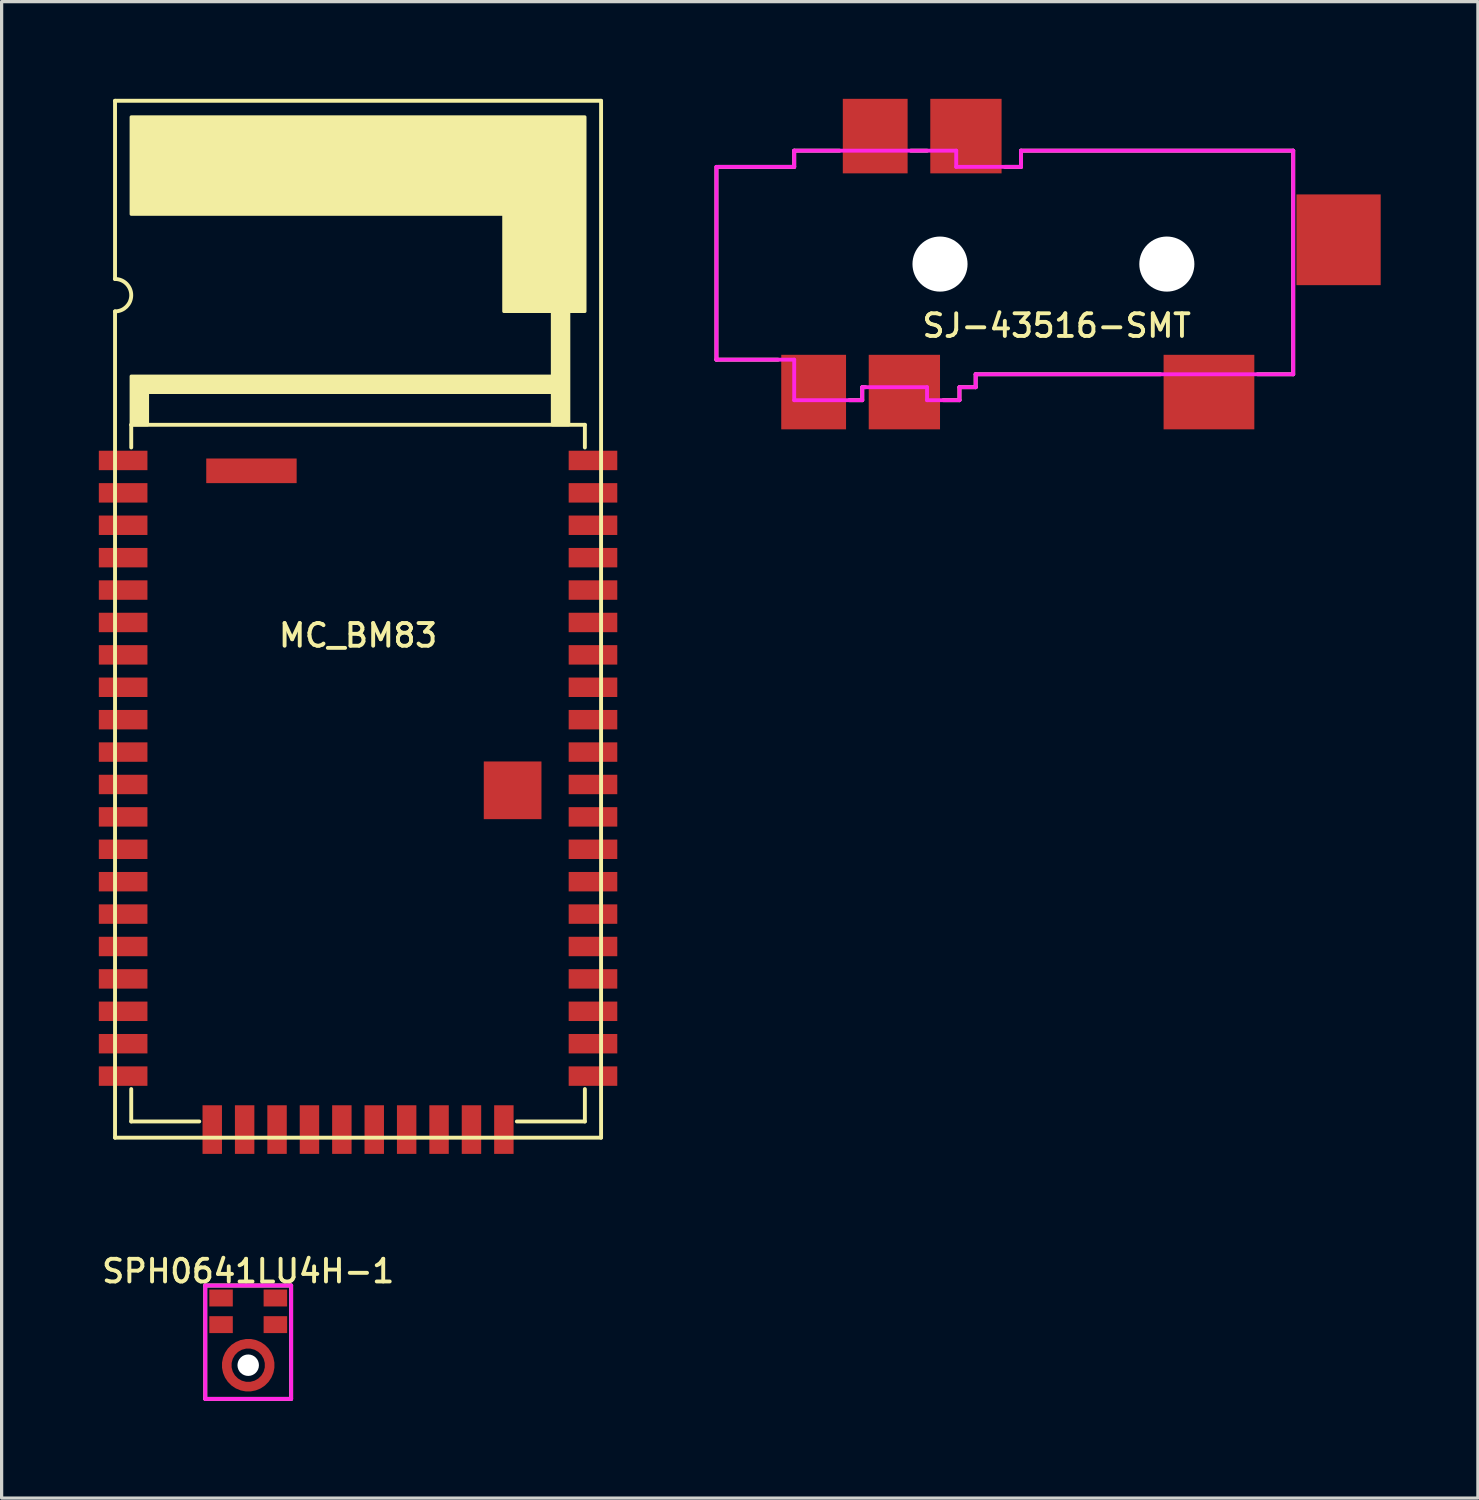
<source format=kicad_pcb>
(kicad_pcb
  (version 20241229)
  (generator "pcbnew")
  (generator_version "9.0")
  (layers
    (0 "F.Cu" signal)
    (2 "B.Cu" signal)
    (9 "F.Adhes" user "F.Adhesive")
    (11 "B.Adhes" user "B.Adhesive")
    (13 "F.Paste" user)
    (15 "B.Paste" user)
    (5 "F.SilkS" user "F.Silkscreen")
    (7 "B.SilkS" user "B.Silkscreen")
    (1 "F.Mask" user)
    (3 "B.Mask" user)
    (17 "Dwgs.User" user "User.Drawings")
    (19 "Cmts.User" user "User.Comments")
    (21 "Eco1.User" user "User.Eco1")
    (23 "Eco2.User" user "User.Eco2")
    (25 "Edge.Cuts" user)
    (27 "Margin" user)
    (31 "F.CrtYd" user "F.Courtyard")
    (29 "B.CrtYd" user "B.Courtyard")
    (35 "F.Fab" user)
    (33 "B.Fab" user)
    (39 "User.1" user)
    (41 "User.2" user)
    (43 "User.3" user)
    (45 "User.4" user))
  (footprint "MC_BM83"
    (layer "F.Cu")
    (at 8 16.06)
    (property "Reference" "MC_BM83" (at 0 0.5 0) (layer "F.SilkS") (effects (font (size 0.7 0.7) (thickness 0.12))))
    (attr through_hole)
    (fp_line (start -7.5 -16) (end -7.5 -10.5) (stroke (width 0.12) (type solid)) (layer "F.SilkS"))
    (fp_line (start -7.5 -16) (end 7.5 -16) (stroke (width 0.12) (type solid)) (layer "F.SilkS"))
    (fp_line (start -7.5 -9.5) (end -7.5 16) (stroke (width 0.12) (type solid)) (layer "F.SilkS"))
    (fp_line (start -7 -6) (end 7 -6) (stroke (width 0.12) (type solid)) (layer "F.SilkS"))
    (fp_line (start -7 -5.3) (end -7 -6) (stroke (width 0.12) (type solid)) (layer "F.SilkS"))
    (fp_line (start -7 14.5) (end -7 15.5) (stroke (width 0.12) (type solid)) (layer "F.SilkS"))
    (fp_line (start -7 15.5) (end -4.9 15.5) (stroke (width 0.12) (type solid)) (layer "F.SilkS"))
    (fp_line (start 4.9 15.5) (end 7 15.5) (stroke (width 0.12) (type solid)) (layer "F.SilkS"))
    (fp_line (start 7 -6) (end 7 -5.3) (stroke (width 0.12) (type solid)) (layer "F.SilkS"))
    (fp_line (start 7 15.5) (end 7 14.5) (stroke (width 0.12) (type solid)) (layer "F.SilkS"))
    (fp_line (start 7.5 -16) (end 7.5 16) (stroke (width 0.12) (type solid)) (layer "F.SilkS"))
    (fp_line (start 7.5 16) (end -7.5 16) (stroke (width 0.12) (type solid)) (layer "F.SilkS"))
    (fp_arc (start -7.5 -10.5) (mid -7 -10) (end -7.5 -9.5) (stroke (width 0.12) (type solid)) (layer "F.SilkS"))
    (fp_poly (pts (xy -7 -6) (xy -7 -7.5) (xy 6 -7.5) (xy 6 -9.5) (xy 4.5 -9.5) (xy 4.5 -12.5) (xy -7 -12.5) (xy -7 -15.5) (xy 7 -15.5) (xy 7 -9.5) (xy 6.5 -9.5) (xy 6.5 -6) (xy 6 -6) (xy 6 -7) (xy -6.5 -7) (xy -6.5 -6)) (stroke (width 0.1) (type solid)) (fill yes) (layer "F.SilkS"))
    (pad "1" smd rect (at -7.5 -4.9) (size 1.5 0.6) (drill (offset 0.25 0)) (layers "F.Cu" "F.Mask" "F.Paste"))
    (pad "2" smd rect (at -7.5 -3.9) (size 1.5 0.6) (drill (offset 0.25 0)) (layers "F.Cu" "F.Mask" "F.Paste"))
    (pad "3" smd rect (at -7.5 -2.9) (size 1.5 0.6) (drill (offset 0.25 0)) (layers "F.Cu" "F.Mask" "F.Paste"))
    (pad "4" smd rect (at -7.5 -1.9) (size 1.5 0.6) (drill (offset 0.25 0)) (layers "F.Cu" "F.Mask" "F.Paste"))
    (pad "5" smd rect (at -7.5 -0.9) (size 1.5 0.6) (drill (offset 0.25 0)) (layers "F.Cu" "F.Mask" "F.Paste"))
    (pad "6" smd rect (at -7.5 0.1) (size 1.5 0.6) (drill (offset 0.25 0)) (layers "F.Cu" "F.Mask" "F.Paste"))
    (pad "7" smd rect (at -7.5 1.1) (size 1.5 0.6) (drill (offset 0.25 0)) (layers "F.Cu" "F.Mask" "F.Paste"))
    (pad "8" smd rect (at -7.5 2.1) (size 1.5 0.6) (drill (offset 0.25 0)) (layers "F.Cu" "F.Mask" "F.Paste"))
    (pad "9" smd rect (at -7.5 3.1) (size 1.5 0.6) (drill (offset 0.25 0)) (layers "F.Cu" "F.Mask" "F.Paste"))
    (pad "10" smd rect (at -7.5 4.1) (size 1.5 0.6) (drill (offset 0.25 0)) (layers "F.Cu" "F.Mask" "F.Paste"))
    (pad "11" smd rect (at -7.5 5.1) (size 1.5 0.6) (drill (offset 0.25 0)) (layers "F.Cu" "F.Mask" "F.Paste"))
    (pad "12" smd rect (at -7.5 6.1) (size 1.5 0.6) (drill (offset 0.25 0)) (layers "F.Cu" "F.Mask" "F.Paste"))
    (pad "13" smd rect (at -7.5 7.1) (size 1.5 0.6) (drill (offset 0.25 0)) (layers "F.Cu" "F.Mask" "F.Paste"))
    (pad "14" smd rect (at -7.5 8.1) (size 1.5 0.6) (drill (offset 0.25 0)) (layers "F.Cu" "F.Mask" "F.Paste"))
    (pad "15" smd rect (at -7.5 9.1) (size 1.5 0.6) (drill (offset 0.25 0)) (layers "F.Cu" "F.Mask" "F.Paste"))
    (pad "16" smd rect (at -7.5 10.1) (size 1.5 0.6) (drill (offset 0.25 0)) (layers "F.Cu" "F.Mask" "F.Paste"))
    (pad "17" smd rect (at -7.5 11.1) (size 1.5 0.6) (drill (offset 0.25 0)) (layers "F.Cu" "F.Mask" "F.Paste"))
    (pad "18" smd rect (at -7.5 12.1) (size 1.5 0.6) (drill (offset 0.25 0)) (layers "F.Cu" "F.Mask" "F.Paste"))
    (pad "19" smd rect (at -7.5 13.1) (size 1.5 0.6) (drill (offset 0.25 0)) (layers "F.Cu" "F.Mask" "F.Paste"))
    (pad "20" smd rect (at -7.5 14.1) (size 1.5 0.6) (drill (offset 0.25 0)) (layers "F.Cu" "F.Mask" "F.Paste"))
    (pad "21" smd rect (at -4.5 16 90) (size 1.5 0.6) (drill (offset 0.25 0)) (layers "F.Cu" "F.Mask" "F.Paste"))
    (pad "22" smd rect (at -3.5 16 90) (size 1.5 0.6) (drill (offset 0.25 0)) (layers "F.Cu" "F.Mask" "F.Paste"))
    (pad "23" smd rect (at -2.5 16 90) (size 1.5 0.6) (drill (offset 0.25 0)) (layers "F.Cu" "F.Mask" "F.Paste"))
    (pad "24" smd rect (at -1.5 16 90) (size 1.5 0.6) (drill (offset 0.25 0)) (layers "F.Cu" "F.Mask" "F.Paste"))
    (pad "25" smd rect (at -0.5 16 90) (size 1.5 0.6) (drill (offset 0.25 0)) (layers "F.Cu" "F.Mask" "F.Paste"))
    (pad "26" smd rect (at 0.5 16 90) (size 1.5 0.6) (drill (offset 0.25 0)) (layers "F.Cu" "F.Mask" "F.Paste"))
    (pad "27" smd rect (at 1.5 16 90) (size 1.5 0.6) (drill (offset 0.25 0)) (layers "F.Cu" "F.Mask" "F.Paste"))
    (pad "28" smd rect (at 2.5 16 90) (size 1.5 0.6) (drill (offset 0.25 0)) (layers "F.Cu" "F.Mask" "F.Paste"))
    (pad "29" smd rect (at 3.5 16 90) (size 1.5 0.6) (drill (offset 0.25 0)) (layers "F.Cu" "F.Mask" "F.Paste"))
    (pad "30" smd rect (at 4.5 16 90) (size 1.5 0.6) (drill (offset 0.25 0)) (layers "F.Cu" "F.Mask" "F.Paste"))
    (pad "31" smd rect (at 7.5 14.1 180) (size 1.5 0.6) (drill (offset 0.25 0)) (layers "F.Cu" "F.Mask" "F.Paste"))
    (pad "32" smd rect (at 7.5 13.1 180) (size 1.5 0.6) (drill (offset 0.25 0)) (layers "F.Cu" "F.Mask" "F.Paste"))
    (pad "33" smd rect (at 7.5 12.1 180) (size 1.5 0.6) (drill (offset 0.25 0)) (layers "F.Cu" "F.Mask" "F.Paste"))
    (pad "34" smd rect (at 7.5 11.1 180) (size 1.5 0.6) (drill (offset 0.25 0)) (layers "F.Cu" "F.Mask" "F.Paste"))
    (pad "35" smd rect (at 7.5 10.1 180) (size 1.5 0.6) (drill (offset 0.25 0)) (layers "F.Cu" "F.Mask" "F.Paste"))
    (pad "36" smd rect (at 7.5 9.1 180) (size 1.5 0.6) (drill (offset 0.25 0)) (layers "F.Cu" "F.Mask" "F.Paste"))
    (pad "37" smd rect (at 7.5 8.1 180) (size 1.5 0.6) (drill (offset 0.25 0)) (layers "F.Cu" "F.Mask" "F.Paste"))
    (pad "38" smd rect (at 7.5 7.1 180) (size 1.5 0.6) (drill (offset 0.25 0)) (layers "F.Cu" "F.Mask" "F.Paste"))
    (pad "39" smd rect (at 7.5 6.1 180) (size 1.5 0.6) (drill (offset 0.25 0)) (layers "F.Cu" "F.Mask" "F.Paste"))
    (pad "40" smd rect (at 7.5 5.1 180) (size 1.5 0.6) (drill (offset 0.25 0)) (layers "F.Cu" "F.Mask" "F.Paste"))
    (pad "41" smd rect (at 7.5 4.1 180) (size 1.5 0.6) (drill (offset 0.25 0)) (layers "F.Cu" "F.Mask" "F.Paste"))
    (pad "42" smd rect (at 7.5 3.1 180) (size 1.5 0.6) (drill (offset 0.25 0)) (layers "F.Cu" "F.Mask" "F.Paste"))
    (pad "43" smd rect (at 7.5 2.1 180) (size 1.5 0.6) (drill (offset 0.25 0)) (layers "F.Cu" "F.Mask" "F.Paste"))
    (pad "44" smd rect (at 7.5 1.1 180) (size 1.5 0.6) (drill (offset 0.25 0)) (layers "F.Cu" "F.Mask" "F.Paste"))
    (pad "45" smd rect (at 7.5 0.1 180) (size 1.5 0.6) (drill (offset 0.25 0)) (layers "F.Cu" "F.Mask" "F.Paste"))
    (pad "46" smd rect (at 7.5 -0.9 180) (size 1.5 0.6) (drill (offset 0.25 0)) (layers "F.Cu" "F.Mask" "F.Paste"))
    (pad "47" smd rect (at 7.5 -1.9 180) (size 1.5 0.6) (drill (offset 0.25 0)) (layers "F.Cu" "F.Mask" "F.Paste"))
    (pad "48" smd rect (at 7.5 -2.9 180) (size 1.5 0.6) (drill (offset 0.25 0)) (layers "F.Cu" "F.Mask" "F.Paste"))
    (pad "49" smd rect (at 7.5 -3.9 180) (size 1.5 0.6) (drill (offset 0.25 0)) (layers "F.Cu" "F.Mask" "F.Paste"))
    (pad "50" smd rect (at 7.5 -4.9 180) (size 1.5 0.6) (drill (offset 0.25 0)) (layers "F.Cu" "F.Mask" "F.Paste"))
    (pad "56" smd rect (at 4.77 5.53 90) (size 1.78 1.78) (drill (offset 0.25 0)) (layers "F.Cu" "F.Mask" "F.Paste"))
    (pad "57" smd rect (at -3.29 -4.58) (size 2.79 0.76) (layers "F.Cu" "F.Mask" "F.Paste")))
  (footprint "SJ-43516-SMT"
    (layer "F.Cu")
    (at 21.46 5.1)
    (property "Reference" "SJ-43516-SMT" (at 8.1 1.9 0) (layer "F.SilkS") (effects (font (size 0.7 0.7) (thickness 0.12))))
    (attr through_hole)
    (fp_line (start -2.4 2.95) (end -2.4 -3) (stroke (width 0.12) (type solid)) (layer "F.SilkS"))
    (fp_line (start -2.35 -3) (end 0 -3) (stroke (width 0.12) (type solid)) (layer "F.SilkS"))
    (fp_line (start -0.5 2.95) (end -2.4 2.95) (stroke (width 0.12) (type solid)) (layer "F.SilkS"))
    (fp_line (start 0 -3.5) (end 1.4 -3.5) (stroke (width 0.12) (type solid)) (layer "F.SilkS"))
    (fp_line (start 0 -3) (end 0 -3.5) (stroke (width 0.12) (type solid)) (layer "F.SilkS"))
    (fp_line (start 2.1 3.8) (end 2.1 4.2) (stroke (width 0.12) (type solid)) (layer "F.SilkS"))
    (fp_line (start 2.1 4.2) (end 1.7 4.2) (stroke (width 0.12) (type solid)) (layer "F.SilkS"))
    (fp_line (start 2.2 3.8) (end 2.1 3.8) (stroke (width 0.12) (type solid)) (layer "F.SilkS"))
    (fp_line (start 3.6 -3.5) (end 4.1 -3.5) (stroke (width 0.12) (type solid)) (layer "F.SilkS"))
    (fp_line (start 5.1 3.8) (end 5.1 4.2) (stroke (width 0.12) (type solid)) (layer "F.SilkS"))
    (fp_line (start 5.1 4.2) (end 4.6 4.2) (stroke (width 0.12) (type solid)) (layer "F.SilkS"))
    (fp_line (start 5.6 3.4) (end 5.6 3.8) (stroke (width 0.12) (type solid)) (layer "F.SilkS"))
    (fp_line (start 5.6 3.8) (end 5.1 3.8) (stroke (width 0.12) (type solid)) (layer "F.SilkS"))
    (fp_line (start 6.5 -3) (end 7 -3) (stroke (width 0.12) (type solid)) (layer "F.SilkS"))
    (fp_line (start 7 -3.5) (end 15.4 -3.5) (stroke (width 0.12) (type solid)) (layer "F.SilkS"))
    (fp_line (start 7 -3) (end 7 -3.5) (stroke (width 0.12) (type solid)) (layer "F.SilkS"))
    (fp_line (start 11.3 3.4) (end 5.6 3.4) (stroke (width 0.12) (type solid)) (layer "F.SilkS"))
    (fp_line (start 15.4 -3.5) (end 15.4 3.4) (stroke (width 0.12) (type solid)) (layer "F.SilkS"))
    (fp_line (start 15.4 3.4) (end 14.3 3.4) (stroke (width 0.12) (type solid)) (layer "F.SilkS"))
    (fp_line (start -2.4 -3) (end -2.4 2.95) (stroke (width 0.12) (type solid)) (layer "F.CrtYd"))
    (fp_line (start -2.4 2.95) (end 0 2.95) (stroke (width 0.12) (type solid)) (layer "F.CrtYd"))
    (fp_line (start 0 -3.5) (end 0 -3) (stroke (width 0.12) (type solid)) (layer "F.CrtYd"))
    (fp_line (start 0 -3) (end -2.4 -3) (stroke (width 0.12) (type solid)) (layer "F.CrtYd"))
    (fp_line (start 0 2.95) (end 0 4.2) (stroke (width 0.12) (type solid)) (layer "F.CrtYd"))
    (fp_line (start 0 4.2) (end 2.1 4.2) (stroke (width 0.12) (type solid)) (layer "F.CrtYd"))
    (fp_line (start 2.1 3.8) (end 4.1 3.8) (stroke (width 0.12) (type solid)) (layer "F.CrtYd"))
    (fp_line (start 2.1 4.2) (end 2.1 3.8) (stroke (width 0.12) (type solid)) (layer "F.CrtYd"))
    (fp_line (start 4.1 3.8) (end 4.1 4.2) (stroke (width 0.12) (type solid)) (layer "F.CrtYd"))
    (fp_line (start 4.1 4.2) (end 5.1 4.2) (stroke (width 0.12) (type solid)) (layer "F.CrtYd"))
    (fp_line (start 5 -3.5) (end 0 -3.5) (stroke (width 0.12) (type solid)) (layer "F.CrtYd"))
    (fp_line (start 5 -3) (end 5 -3.5) (stroke (width 0.12) (type solid)) (layer "F.CrtYd"))
    (fp_line (start 5.1 3.8) (end 5.6 3.8) (stroke (width 0.12) (type solid)) (layer "F.CrtYd"))
    (fp_line (start 5.1 4.2) (end 5.1 3.8) (stroke (width 0.12) (type solid)) (layer "F.CrtYd"))
    (fp_line (start 5.6 3.4) (end 15.4 3.4) (stroke (width 0.12) (type solid)) (layer "F.CrtYd"))
    (fp_line (start 5.6 3.8) (end 5.6 3.4) (stroke (width 0.12) (type solid)) (layer "F.CrtYd"))
    (fp_line (start 7 -3.5) (end 7 -3) (stroke (width 0.12) (type solid)) (layer "F.CrtYd"))
    (fp_line (start 7 -3) (end 5 -3) (stroke (width 0.12) (type solid)) (layer "F.CrtYd"))
    (fp_line (start 15.4 -3.5) (end 7 -3.5) (stroke (width 0.12) (type solid)) (layer "F.CrtYd"))
    (fp_line (start 15.4 3.4) (end 15.4 -3.5) (stroke (width 0.12) (type solid)) (layer "F.CrtYd"))
    (pad "" np_thru_hole circle (at 4.5 0 180) (size 1.7 1.7) (drill 1.7) (layers "*.Cu" "*.Mask"))
    (pad "" np_thru_hole circle (at 11.5 0 180) (size 1.7 1.7) (drill 1.7) (layers "*.Cu" "*.Mask"))
    (pad "R1" smd rect (at 5.3 -3.95) (size 2.2 2.3) (layers "F.Cu" "F.Mask" "F.Paste"))
    (pad "R2" smd rect (at 3.4 3.95) (size 2.2 2.3) (layers "F.Cu" "F.Mask" "F.Paste"))
    (pad "RS" smd rect (at 2.5 -3.95) (size 2 2.3) (layers "F.Cu" "F.Mask" "F.Paste"))
    (pad "S" smd rect (at 0.6 3.95) (size 2 2.3) (layers "F.Cu" "F.Mask" "F.Paste"))
    (pad "T" smd rect (at 12.8 3.95 180) (size 2.8 2.3) (layers "F.Cu" "F.Mask" "F.Paste"))
    (pad "TS" smd rect (at 16.8 -0.75 180) (size 2.6 2.8) (layers "F.Cu" "F.Mask" "F.Paste")))
  (footprint "SPH0641LU4H-1"
    (layer "F.Cu")
    (at 4.61 37.83)
    (property "Reference" "SPH0641LU4H-1" (at 0 -1.65 0) (layer "F.SilkS") (effects (font (size 0.7 0.7) (thickness 0.12))))
    (attr through_hole)
    (fp_line (start -1.325 -1.208) (end 1.325 -1.208) (stroke (width 0.12) (type solid)) (layer "F.SilkS"))
    (fp_line (start -1.325 2.292) (end -1.325 -1.208) (stroke (width 0.12) (type solid)) (layer "F.SilkS"))
    (fp_line (start 1.325 -1.208) (end 1.325 2.292) (stroke (width 0.12) (type solid)) (layer "F.SilkS"))
    (fp_line (start 1.325 2.292) (end -1.325 2.292) (stroke (width 0.12) (type solid)) (layer "F.SilkS"))
    (fp_line (start -1.325 -1.208) (end 1.325 -1.208) (stroke (width 0.12) (type solid)) (layer "F.CrtYd"))
    (fp_line (start -1.325 2.292) (end -1.325 -1.208) (stroke (width 0.12) (type solid)) (layer "F.CrtYd"))
    (fp_line (start 1.325 -1.208) (end 1.325 2.292) (stroke (width 0.12) (type solid)) (layer "F.CrtYd"))
    (fp_line (start 1.325 2.292) (end -1.325 2.292) (stroke (width 0.12) (type solid)) (layer "F.CrtYd"))
    (pad "" np_thru_hole circle (at 0 1.252) (size 0.662 0.662) (drill 0.662) (layers "*.Cu" "*.Mask"))
    (pad "1" smd rect (at -0.838 -0.822) (size 0.725 0.522) (layers "F.Cu" "F.Mask" "F.Paste"))
    (pad "2" smd rect (at -0.838 0) (size 0.725 0.522) (layers "F.Cu" "F.Mask" "F.Paste"))
    (pad "3" smd custom (at 0 0.59) (size 0.25 0.25) (layers "F.Cu" "F.Mask" "F.Paste") (options (anchor circle)) (primitives (gr_circle (center 0 0.662) (end 0.662 0.662) (width 0.3) (fill no))))
    (pad "4" smd rect (at 0.838 0) (size 0.725 0.522) (layers "F.Cu" "F.Mask" "F.Paste"))
    (pad "5" smd rect (at 0.838 -0.822) (size 0.725 0.522) (layers "F.Cu" "F.Mask" "F.Paste")))
  (gr_rect
    (start -3 -3)
    (end 42.56 43.182)
    (stroke (width 0.1) (type default))
    (fill no)
    (layer "Edge.Cuts")))
</source>
